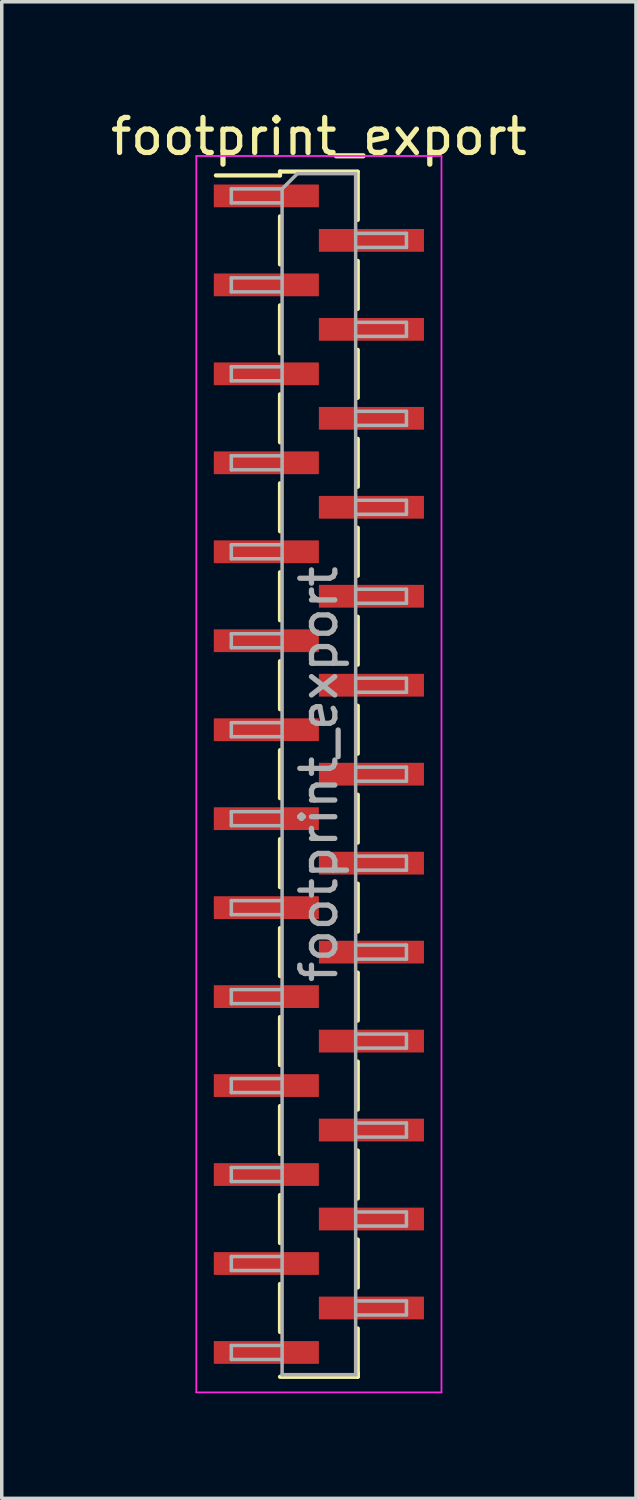
<source format=kicad_pcb>
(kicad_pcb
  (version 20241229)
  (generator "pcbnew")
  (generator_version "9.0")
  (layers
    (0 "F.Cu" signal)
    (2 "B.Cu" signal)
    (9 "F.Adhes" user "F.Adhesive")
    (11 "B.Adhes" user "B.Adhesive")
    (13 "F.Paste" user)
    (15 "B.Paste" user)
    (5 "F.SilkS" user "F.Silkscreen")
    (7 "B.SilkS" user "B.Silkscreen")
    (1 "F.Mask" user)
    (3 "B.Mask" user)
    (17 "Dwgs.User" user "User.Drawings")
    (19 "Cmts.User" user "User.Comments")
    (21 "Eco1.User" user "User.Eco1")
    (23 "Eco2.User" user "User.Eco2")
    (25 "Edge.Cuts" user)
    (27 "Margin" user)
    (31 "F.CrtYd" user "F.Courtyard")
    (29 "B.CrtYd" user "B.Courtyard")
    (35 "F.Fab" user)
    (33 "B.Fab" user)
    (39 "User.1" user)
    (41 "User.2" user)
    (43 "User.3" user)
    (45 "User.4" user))
  (footprint "footprint_export"
    (layer "F.Cu")
    (at 6.054 19.053)
    (property "Reference" "footprint_export" (at 0 -18.205 0) (layer "F.SilkS") (effects (font (size 1 1) (thickness 0.15))))
    (attr smd)
    (fp_line (start -1.11 -17.205) (end -1.11 -17.095) (stroke (width 0.12) (type solid)) (layer "F.SilkS"))
    (fp_line (start -1.11 -17.205) (end 1.11 -17.205) (stroke (width 0.12) (type solid)) (layer "F.SilkS"))
    (fp_line (start -1.11 -17.095) (end -2.94 -17.095) (stroke (width 0.12) (type solid)) (layer "F.SilkS"))
    (fp_line (start -1.11 -15.925) (end -1.11 -14.555) (stroke (width 0.12) (type solid)) (layer "F.SilkS"))
    (fp_line (start -1.11 -13.385) (end -1.11 -12.015) (stroke (width 0.12) (type solid)) (layer "F.SilkS"))
    (fp_line (start -1.11 -10.845) (end -1.11 -9.475) (stroke (width 0.12) (type solid)) (layer "F.SilkS"))
    (fp_line (start -1.11 -8.305) (end -1.11 -6.935) (stroke (width 0.12) (type solid)) (layer "F.SilkS"))
    (fp_line (start -1.11 -5.765) (end -1.11 -4.395) (stroke (width 0.12) (type solid)) (layer "F.SilkS"))
    (fp_line (start -1.11 -3.225) (end -1.11 -1.855) (stroke (width 0.12) (type solid)) (layer "F.SilkS"))
    (fp_line (start -1.11 -0.685) (end -1.11 0.685) (stroke (width 0.12) (type solid)) (layer "F.SilkS"))
    (fp_line (start -1.11 1.855) (end -1.11 3.225) (stroke (width 0.12) (type solid)) (layer "F.SilkS"))
    (fp_line (start -1.11 4.395) (end -1.11 5.765) (stroke (width 0.12) (type solid)) (layer "F.SilkS"))
    (fp_line (start -1.11 6.935) (end -1.11 8.305) (stroke (width 0.12) (type solid)) (layer "F.SilkS"))
    (fp_line (start -1.11 9.475) (end -1.11 10.845) (stroke (width 0.12) (type solid)) (layer "F.SilkS"))
    (fp_line (start -1.11 12.015) (end -1.11 13.385) (stroke (width 0.12) (type solid)) (layer "F.SilkS"))
    (fp_line (start -1.11 14.555) (end -1.11 15.925) (stroke (width 0.12) (type solid)) (layer "F.SilkS"))
    (fp_line (start -1.11 17.205) (end 1.11 17.205) (stroke (width 0.12) (type solid)) (layer "F.SilkS"))
    (fp_line (start 1.11 -17.195) (end 1.11 -15.825) (stroke (width 0.12) (type solid)) (layer "F.SilkS"))
    (fp_line (start 1.11 -14.655) (end 1.11 -13.285) (stroke (width 0.12) (type solid)) (layer "F.SilkS"))
    (fp_line (start 1.11 -12.115) (end 1.11 -10.745) (stroke (width 0.12) (type solid)) (layer "F.SilkS"))
    (fp_line (start 1.11 -9.575) (end 1.11 -8.205) (stroke (width 0.12) (type solid)) (layer "F.SilkS"))
    (fp_line (start 1.11 -7.035) (end 1.11 -5.665) (stroke (width 0.12) (type solid)) (layer "F.SilkS"))
    (fp_line (start 1.11 -4.495) (end 1.11 -3.125) (stroke (width 0.12) (type solid)) (layer "F.SilkS"))
    (fp_line (start 1.11 -1.955) (end 1.11 -0.585) (stroke (width 0.12) (type solid)) (layer "F.SilkS"))
    (fp_line (start 1.11 0.585) (end 1.11 1.955) (stroke (width 0.12) (type solid)) (layer "F.SilkS"))
    (fp_line (start 1.11 3.125) (end 1.11 4.495) (stroke (width 0.12) (type solid)) (layer "F.SilkS"))
    (fp_line (start 1.11 5.665) (end 1.11 7.035) (stroke (width 0.12) (type solid)) (layer "F.SilkS"))
    (fp_line (start 1.11 8.205) (end 1.11 9.575) (stroke (width 0.12) (type solid)) (layer "F.SilkS"))
    (fp_line (start 1.11 10.745) (end 1.11 12.115) (stroke (width 0.12) (type solid)) (layer "F.SilkS"))
    (fp_line (start 1.11 13.285) (end 1.11 14.655) (stroke (width 0.12) (type solid)) (layer "F.SilkS"))
    (fp_line (start 1.11 15.825) (end 1.11 17.195) (stroke (width 0.12) (type solid)) (layer "F.SilkS"))
    (fp_line (start 1.11 17.095) (end 1.11 17.205) (stroke (width 0.12) (type solid)) (layer "F.SilkS"))
    (fp_line (start -3.5 -17.65) (end -3.5 17.65) (stroke (width 0.05) (type solid)) (layer "F.CrtYd"))
    (fp_line (start -3.5 17.65) (end 3.5 17.65) (stroke (width 0.05) (type solid)) (layer "F.CrtYd"))
    (fp_line (start 3.5 -17.65) (end -3.5 -17.65) (stroke (width 0.05) (type solid)) (layer "F.CrtYd"))
    (fp_line (start 3.5 17.65) (end 3.5 -17.65) (stroke (width 0.05) (type solid)) (layer "F.CrtYd"))
    (fp_line (start -2.5 -16.71) (end -2.5 -16.31) (stroke (width 0.1) (type solid)) (layer "F.Fab"))
    (fp_line (start -2.5 -16.31) (end -1.05 -16.31) (stroke (width 0.1) (type solid)) (layer "F.Fab"))
    (fp_line (start -2.5 -14.17) (end -2.5 -13.77) (stroke (width 0.1) (type solid)) (layer "F.Fab"))
    (fp_line (start -2.5 -13.77) (end -1.05 -13.77) (stroke (width 0.1) (type solid)) (layer "F.Fab"))
    (fp_line (start -2.5 -11.63) (end -2.5 -11.23) (stroke (width 0.1) (type solid)) (layer "F.Fab"))
    (fp_line (start -2.5 -11.23) (end -1.05 -11.23) (stroke (width 0.1) (type solid)) (layer "F.Fab"))
    (fp_line (start -2.5 -9.09) (end -2.5 -8.69) (stroke (width 0.1) (type solid)) (layer "F.Fab"))
    (fp_line (start -2.5 -8.69) (end -1.05 -8.69) (stroke (width 0.1) (type solid)) (layer "F.Fab"))
    (fp_line (start -2.5 -6.55) (end -2.5 -6.15) (stroke (width 0.1) (type solid)) (layer "F.Fab"))
    (fp_line (start -2.5 -6.15) (end -1.05 -6.15) (stroke (width 0.1) (type solid)) (layer "F.Fab"))
    (fp_line (start -2.5 -4.01) (end -2.5 -3.61) (stroke (width 0.1) (type solid)) (layer "F.Fab"))
    (fp_line (start -2.5 -3.61) (end -1.05 -3.61) (stroke (width 0.1) (type solid)) (layer "F.Fab"))
    (fp_line (start -2.5 -1.47) (end -2.5 -1.07) (stroke (width 0.1) (type solid)) (layer "F.Fab"))
    (fp_line (start -2.5 -1.07) (end -1.05 -1.07) (stroke (width 0.1) (type solid)) (layer "F.Fab"))
    (fp_line (start -2.5 1.07) (end -2.5 1.47) (stroke (width 0.1) (type solid)) (layer "F.Fab"))
    (fp_line (start -2.5 1.47) (end -1.05 1.47) (stroke (width 0.1) (type solid)) (layer "F.Fab"))
    (fp_line (start -2.5 3.61) (end -2.5 4.01) (stroke (width 0.1) (type solid)) (layer "F.Fab"))
    (fp_line (start -2.5 4.01) (end -1.05 4.01) (stroke (width 0.1) (type solid)) (layer "F.Fab"))
    (fp_line (start -2.5 6.15) (end -2.5 6.55) (stroke (width 0.1) (type solid)) (layer "F.Fab"))
    (fp_line (start -2.5 6.55) (end -1.05 6.55) (stroke (width 0.1) (type solid)) (layer "F.Fab"))
    (fp_line (start -2.5 8.69) (end -2.5 9.09) (stroke (width 0.1) (type solid)) (layer "F.Fab"))
    (fp_line (start -2.5 9.09) (end -1.05 9.09) (stroke (width 0.1) (type solid)) (layer "F.Fab"))
    (fp_line (start -2.5 11.23) (end -2.5 11.63) (stroke (width 0.1) (type solid)) (layer "F.Fab"))
    (fp_line (start -2.5 11.63) (end -1.05 11.63) (stroke (width 0.1) (type solid)) (layer "F.Fab"))
    (fp_line (start -2.5 13.77) (end -2.5 14.17) (stroke (width 0.1) (type solid)) (layer "F.Fab"))
    (fp_line (start -2.5 14.17) (end -1.05 14.17) (stroke (width 0.1) (type solid)) (layer "F.Fab"))
    (fp_line (start -2.5 16.31) (end -2.5 16.71) (stroke (width 0.1) (type solid)) (layer "F.Fab"))
    (fp_line (start -2.5 16.71) (end -1.05 16.71) (stroke (width 0.1) (type solid)) (layer "F.Fab"))
    (fp_line (start -1.05 -16.71) (end -2.5 -16.71) (stroke (width 0.1) (type solid)) (layer "F.Fab"))
    (fp_line (start -1.05 -16.71) (end -0.615 -17.145) (stroke (width 0.1) (type solid)) (layer "F.Fab"))
    (fp_line (start -1.05 -14.17) (end -2.5 -14.17) (stroke (width 0.1) (type solid)) (layer "F.Fab"))
    (fp_line (start -1.05 -11.63) (end -2.5 -11.63) (stroke (width 0.1) (type solid)) (layer "F.Fab"))
    (fp_line (start -1.05 -9.09) (end -2.5 -9.09) (stroke (width 0.1) (type solid)) (layer "F.Fab"))
    (fp_line (start -1.05 -6.55) (end -2.5 -6.55) (stroke (width 0.1) (type solid)) (layer "F.Fab"))
    (fp_line (start -1.05 -4.01) (end -2.5 -4.01) (stroke (width 0.1) (type solid)) (layer "F.Fab"))
    (fp_line (start -1.05 -1.47) (end -2.5 -1.47) (stroke (width 0.1) (type solid)) (layer "F.Fab"))
    (fp_line (start -1.05 1.07) (end -2.5 1.07) (stroke (width 0.1) (type solid)) (layer "F.Fab"))
    (fp_line (start -1.05 3.61) (end -2.5 3.61) (stroke (width 0.1) (type solid)) (layer "F.Fab"))
    (fp_line (start -1.05 6.15) (end -2.5 6.15) (stroke (width 0.1) (type solid)) (layer "F.Fab"))
    (fp_line (start -1.05 8.69) (end -2.5 8.69) (stroke (width 0.1) (type solid)) (layer "F.Fab"))
    (fp_line (start -1.05 11.23) (end -2.5 11.23) (stroke (width 0.1) (type solid)) (layer "F.Fab"))
    (fp_line (start -1.05 13.77) (end -2.5 13.77) (stroke (width 0.1) (type solid)) (layer "F.Fab"))
    (fp_line (start -1.05 16.31) (end -2.5 16.31) (stroke (width 0.1) (type solid)) (layer "F.Fab"))
    (fp_line (start -1.05 17.145) (end -1.05 -16.71) (stroke (width 0.1) (type solid)) (layer "F.Fab"))
    (fp_line (start -0.615 -17.145) (end 1.05 -17.145) (stroke (width 0.1) (type solid)) (layer "F.Fab"))
    (fp_line (start 1.05 -17.145) (end 1.05 17.145) (stroke (width 0.1) (type solid)) (layer "F.Fab"))
    (fp_line (start 1.05 -15.44) (end 2.5 -15.44) (stroke (width 0.1) (type solid)) (layer "F.Fab"))
    (fp_line (start 1.05 -12.9) (end 2.5 -12.9) (stroke (width 0.1) (type solid)) (layer "F.Fab"))
    (fp_line (start 1.05 -10.36) (end 2.5 -10.36) (stroke (width 0.1) (type solid)) (layer "F.Fab"))
    (fp_line (start 1.05 -7.82) (end 2.5 -7.82) (stroke (width 0.1) (type solid)) (layer "F.Fab"))
    (fp_line (start 1.05 -5.28) (end 2.5 -5.28) (stroke (width 0.1) (type solid)) (layer "F.Fab"))
    (fp_line (start 1.05 -2.74) (end 2.5 -2.74) (stroke (width 0.1) (type solid)) (layer "F.Fab"))
    (fp_line (start 1.05 -0.2) (end 2.5 -0.2) (stroke (width 0.1) (type solid)) (layer "F.Fab"))
    (fp_line (start 1.05 2.34) (end 2.5 2.34) (stroke (width 0.1) (type solid)) (layer "F.Fab"))
    (fp_line (start 1.05 4.88) (end 2.5 4.88) (stroke (width 0.1) (type solid)) (layer "F.Fab"))
    (fp_line (start 1.05 7.42) (end 2.5 7.42) (stroke (width 0.1) (type solid)) (layer "F.Fab"))
    (fp_line (start 1.05 9.96) (end 2.5 9.96) (stroke (width 0.1) (type solid)) (layer "F.Fab"))
    (fp_line (start 1.05 12.5) (end 2.5 12.5) (stroke (width 0.1) (type solid)) (layer "F.Fab"))
    (fp_line (start 1.05 15.04) (end 2.5 15.04) (stroke (width 0.1) (type solid)) (layer "F.Fab"))
    (fp_line (start 1.05 17.145) (end -1.05 17.145) (stroke (width 0.1) (type solid)) (layer "F.Fab"))
    (fp_line (start 2.5 -15.44) (end 2.5 -15.04) (stroke (width 0.1) (type solid)) (layer "F.Fab"))
    (fp_line (start 2.5 -15.04) (end 1.05 -15.04) (stroke (width 0.1) (type solid)) (layer "F.Fab"))
    (fp_line (start 2.5 -12.9) (end 2.5 -12.5) (stroke (width 0.1) (type solid)) (layer "F.Fab"))
    (fp_line (start 2.5 -12.5) (end 1.05 -12.5) (stroke (width 0.1) (type solid)) (layer "F.Fab"))
    (fp_line (start 2.5 -10.36) (end 2.5 -9.96) (stroke (width 0.1) (type solid)) (layer "F.Fab"))
    (fp_line (start 2.5 -9.96) (end 1.05 -9.96) (stroke (width 0.1) (type solid)) (layer "F.Fab"))
    (fp_line (start 2.5 -7.82) (end 2.5 -7.42) (stroke (width 0.1) (type solid)) (layer "F.Fab"))
    (fp_line (start 2.5 -7.42) (end 1.05 -7.42) (stroke (width 0.1) (type solid)) (layer "F.Fab"))
    (fp_line (start 2.5 -5.28) (end 2.5 -4.88) (stroke (width 0.1) (type solid)) (layer "F.Fab"))
    (fp_line (start 2.5 -4.88) (end 1.05 -4.88) (stroke (width 0.1) (type solid)) (layer "F.Fab"))
    (fp_line (start 2.5 -2.74) (end 2.5 -2.34) (stroke (width 0.1) (type solid)) (layer "F.Fab"))
    (fp_line (start 2.5 -2.34) (end 1.05 -2.34) (stroke (width 0.1) (type solid)) (layer "F.Fab"))
    (fp_line (start 2.5 -0.2) (end 2.5 0.2) (stroke (width 0.1) (type solid)) (layer "F.Fab"))
    (fp_line (start 2.5 0.2) (end 1.05 0.2) (stroke (width 0.1) (type solid)) (layer "F.Fab"))
    (fp_line (start 2.5 2.34) (end 2.5 2.74) (stroke (width 0.1) (type solid)) (layer "F.Fab"))
    (fp_line (start 2.5 2.74) (end 1.05 2.74) (stroke (width 0.1) (type solid)) (layer "F.Fab"))
    (fp_line (start 2.5 4.88) (end 2.5 5.28) (stroke (width 0.1) (type solid)) (layer "F.Fab"))
    (fp_line (start 2.5 5.28) (end 1.05 5.28) (stroke (width 0.1) (type solid)) (layer "F.Fab"))
    (fp_line (start 2.5 7.42) (end 2.5 7.82) (stroke (width 0.1) (type solid)) (layer "F.Fab"))
    (fp_line (start 2.5 7.82) (end 1.05 7.82) (stroke (width 0.1) (type solid)) (layer "F.Fab"))
    (fp_line (start 2.5 9.96) (end 2.5 10.36) (stroke (width 0.1) (type solid)) (layer "F.Fab"))
    (fp_line (start 2.5 10.36) (end 1.05 10.36) (stroke (width 0.1) (type solid)) (layer "F.Fab"))
    (fp_line (start 2.5 12.5) (end 2.5 12.9) (stroke (width 0.1) (type solid)) (layer "F.Fab"))
    (fp_line (start 2.5 12.9) (end 1.05 12.9) (stroke (width 0.1) (type solid)) (layer "F.Fab"))
    (fp_line (start 2.5 15.04) (end 2.5 15.44) (stroke (width 0.1) (type solid)) (layer "F.Fab"))
    (fp_line (start 2.5 15.44) (end 1.05 15.44) (stroke (width 0.1) (type solid)) (layer "F.Fab"))
    (fp_text user "${REFERENCE}" (at 0 0 90) (layer "F.Fab") (effects (font (size 1 1) (thickness 0.15))))
    (pad "1" smd rect (at -1.5 -16.51) (size 3 0.65) (layers "F.Cu" "F.Mask" "F.Paste"))
    (pad "2" smd rect (at 1.5 -15.24) (size 3 0.65) (layers "F.Cu" "F.Mask" "F.Paste"))
    (pad "3" smd rect (at -1.5 -13.97) (size 3 0.65) (layers "F.Cu" "F.Mask" "F.Paste"))
    (pad "4" smd rect (at 1.5 -12.7) (size 3 0.65) (layers "F.Cu" "F.Mask" "F.Paste"))
    (pad "5" smd rect (at -1.5 -11.43) (size 3 0.65) (layers "F.Cu" "F.Mask" "F.Paste"))
    (pad "6" smd rect (at 1.5 -10.16) (size 3 0.65) (layers "F.Cu" "F.Mask" "F.Paste"))
    (pad "7" smd rect (at -1.5 -8.89) (size 3 0.65) (layers "F.Cu" "F.Mask" "F.Paste"))
    (pad "8" smd rect (at 1.5 -7.62) (size 3 0.65) (layers "F.Cu" "F.Mask" "F.Paste"))
    (pad "9" smd rect (at -1.5 -6.35) (size 3 0.65) (layers "F.Cu" "F.Mask" "F.Paste"))
    (pad "10" smd rect (at 1.5 -5.08) (size 3 0.65) (layers "F.Cu" "F.Mask" "F.Paste"))
    (pad "11" smd rect (at -1.5 -3.81) (size 3 0.65) (layers "F.Cu" "F.Mask" "F.Paste"))
    (pad "12" smd rect (at 1.5 -2.54) (size 3 0.65) (layers "F.Cu" "F.Mask" "F.Paste"))
    (pad "13" smd rect (at -1.5 -1.27) (size 3 0.65) (layers "F.Cu" "F.Mask" "F.Paste"))
    (pad "14" smd rect (at 1.5 0) (size 3 0.65) (layers "F.Cu" "F.Mask" "F.Paste"))
    (pad "15" smd rect (at -1.5 1.27) (size 3 0.65) (layers "F.Cu" "F.Mask" "F.Paste"))
    (pad "16" smd rect (at 1.5 2.54) (size 3 0.65) (layers "F.Cu" "F.Mask" "F.Paste"))
    (pad "17" smd rect (at -1.5 3.81) (size 3 0.65) (layers "F.Cu" "F.Mask" "F.Paste"))
    (pad "18" smd rect (at 1.5 5.08) (size 3 0.65) (layers "F.Cu" "F.Mask" "F.Paste"))
    (pad "19" smd rect (at -1.5 6.35) (size 3 0.65) (layers "F.Cu" "F.Mask" "F.Paste"))
    (pad "20" smd rect (at 1.5 7.62) (size 3 0.65) (layers "F.Cu" "F.Mask" "F.Paste"))
    (pad "21" smd rect (at -1.5 8.89) (size 3 0.65) (layers "F.Cu" "F.Mask" "F.Paste"))
    (pad "22" smd rect (at 1.5 10.16) (size 3 0.65) (layers "F.Cu" "F.Mask" "F.Paste"))
    (pad "23" smd rect (at -1.5 11.43) (size 3 0.65) (layers "F.Cu" "F.Mask" "F.Paste"))
    (pad "24" smd rect (at 1.5 12.7) (size 3 0.65) (layers "F.Cu" "F.Mask" "F.Paste"))
    (pad "25" smd rect (at -1.5 13.97) (size 3 0.65) (layers "F.Cu" "F.Mask" "F.Paste"))
    (pad "26" smd rect (at 1.5 15.24) (size 3 0.65) (layers "F.Cu" "F.Mask" "F.Paste"))
    (pad "27" smd rect (at -1.5 16.51) (size 3 0.65) (layers "F.Cu" "F.Mask" "F.Paste")))
  (gr_rect
    (start -3 -3)
    (end 15.107 39.728)
    (stroke (width 0.1) (type default))
    (fill no)
    (layer "Edge.Cuts")))
</source>
